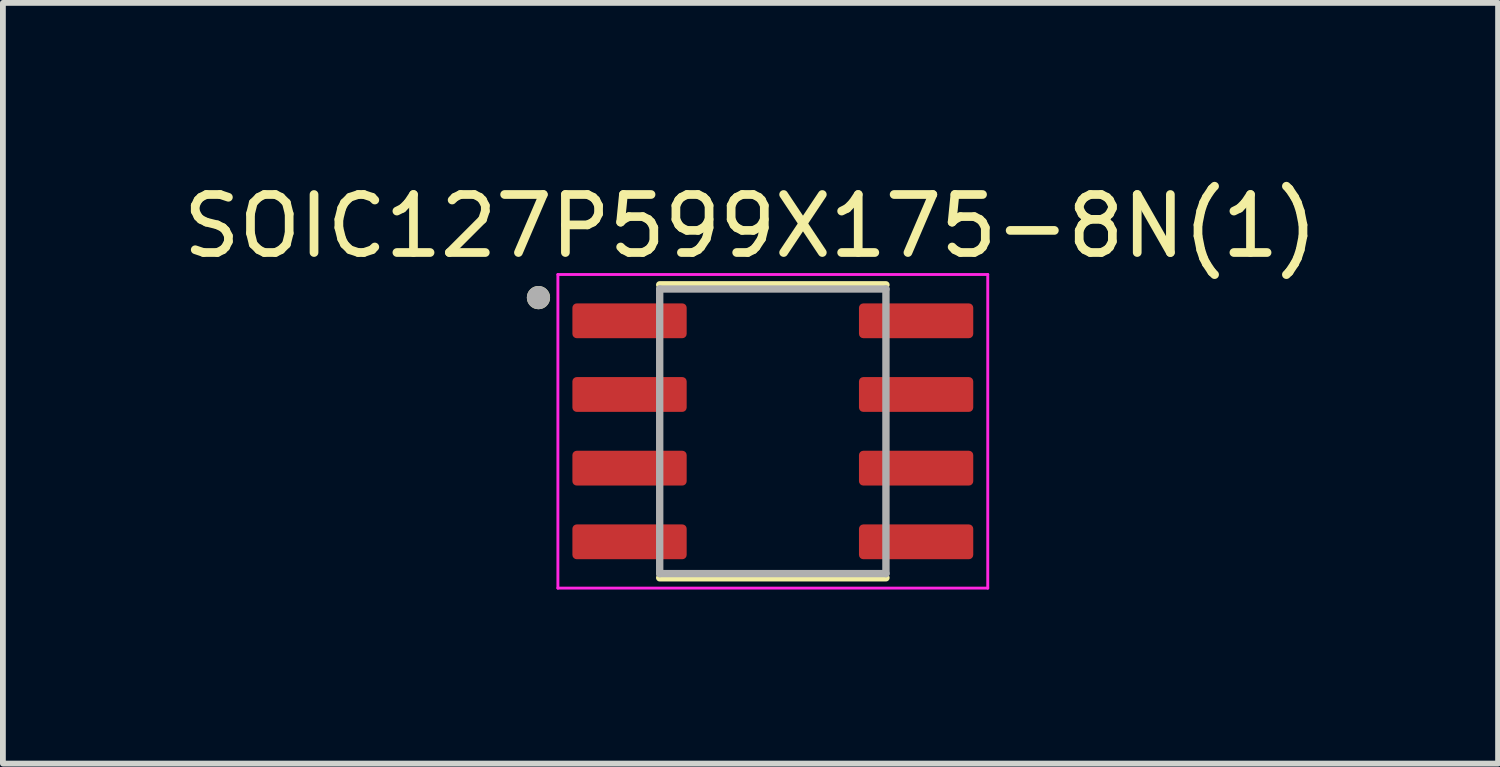
<source format=kicad_pcb>
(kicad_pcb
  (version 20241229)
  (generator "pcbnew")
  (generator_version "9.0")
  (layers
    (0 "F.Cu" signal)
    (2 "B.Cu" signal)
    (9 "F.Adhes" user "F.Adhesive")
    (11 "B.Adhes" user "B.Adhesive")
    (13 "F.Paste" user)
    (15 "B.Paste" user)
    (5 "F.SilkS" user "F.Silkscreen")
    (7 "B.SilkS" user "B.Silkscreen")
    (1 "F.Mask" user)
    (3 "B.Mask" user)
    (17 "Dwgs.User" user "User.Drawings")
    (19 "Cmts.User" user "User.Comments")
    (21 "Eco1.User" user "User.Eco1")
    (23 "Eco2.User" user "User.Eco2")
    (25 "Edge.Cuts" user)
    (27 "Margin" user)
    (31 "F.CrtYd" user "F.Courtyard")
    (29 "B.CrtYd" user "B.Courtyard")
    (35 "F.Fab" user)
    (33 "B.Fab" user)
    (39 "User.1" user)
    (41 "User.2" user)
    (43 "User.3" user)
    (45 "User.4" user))
  (footprint "SOIC127P599X175-8N(1)"
    (layer "F.Cu")
    (at 10.272 4.385)
    (property "Reference" "SOIC127P599X175-8N(1)" (at -0.385 -3.537 0) (layer "F.SilkS") (effects (font (size 1 1) (thickness 0.15))))
    (attr smd)
    (fp_line (start -1.95 -2.525) (end 1.95 -2.525) (stroke (width 0.127) (type solid)) (layer "F.SilkS"))
    (fp_line (start -1.95 2.525) (end 1.95 2.525) (stroke (width 0.127) (type solid)) (layer "F.SilkS"))
    (fp_circle (center -4.04 -2.305) (end -3.94 -2.305) (stroke (width 0.2) (type solid)) (fill no) (layer "F.SilkS"))
    (fp_line (start -3.705 -2.703) (end -3.705 2.703) (stroke (width 0.05) (type solid)) (layer "F.CrtYd"))
    (fp_line (start -3.705 -2.703) (end 3.705 -2.703) (stroke (width 0.05) (type solid)) (layer "F.CrtYd"))
    (fp_line (start -3.705 2.703) (end 3.705 2.703) (stroke (width 0.05) (type solid)) (layer "F.CrtYd"))
    (fp_line (start 3.705 -2.703) (end 3.705 2.703) (stroke (width 0.05) (type solid)) (layer "F.CrtYd"))
    (fp_line (start -1.95 -2.453) (end -1.95 2.453) (stroke (width 0.127) (type solid)) (layer "F.Fab"))
    (fp_line (start -1.95 -2.453) (end 1.95 -2.453) (stroke (width 0.127) (type solid)) (layer "F.Fab"))
    (fp_line (start -1.95 2.453) (end 1.95 2.453) (stroke (width 0.127) (type solid)) (layer "F.Fab"))
    (fp_line (start 1.95 -2.453) (end 1.95 2.453) (stroke (width 0.127) (type solid)) (layer "F.Fab"))
    (fp_circle (center -4.04 -2.305) (end -3.94 -2.305) (stroke (width 0.2) (type solid)) (fill no) (layer "F.Fab"))
    (pad "1" smd roundrect (at -2.47 -1.905) (size 1.97 0.6) (layers "F.Cu" "F.Mask" "F.Paste") (roundrect_rratio 0.125))
    (pad "2" smd roundrect (at -2.47 -0.635) (size 1.97 0.6) (layers "F.Cu" "F.Mask" "F.Paste") (roundrect_rratio 0.125))
    (pad "3" smd roundrect (at -2.47 0.635) (size 1.97 0.6) (layers "F.Cu" "F.Mask" "F.Paste") (roundrect_rratio 0.125))
    (pad "4" smd roundrect (at -2.47 1.905) (size 1.97 0.6) (layers "F.Cu" "F.Mask" "F.Paste") (roundrect_rratio 0.125))
    (pad "5" smd roundrect (at 2.47 1.905) (size 1.97 0.6) (layers "F.Cu" "F.Mask" "F.Paste") (roundrect_rratio 0.125))
    (pad "6" smd roundrect (at 2.47 0.635) (size 1.97 0.6) (layers "F.Cu" "F.Mask" "F.Paste") (roundrect_rratio 0.125))
    (pad "7" smd roundrect (at 2.47 -0.635) (size 1.97 0.6) (layers "F.Cu" "F.Mask" "F.Paste") (roundrect_rratio 0.125))
    (pad "8" smd roundrect (at 2.47 -1.905) (size 1.97 0.6) (layers "F.Cu" "F.Mask" "F.Paste") (roundrect_rratio 0.125)))
  (gr_rect
    (start -3 -3)
    (end 22.774 10.113)
    (stroke (width 0.1) (type default))
    (fill no)
    (layer "Edge.Cuts")))
</source>
